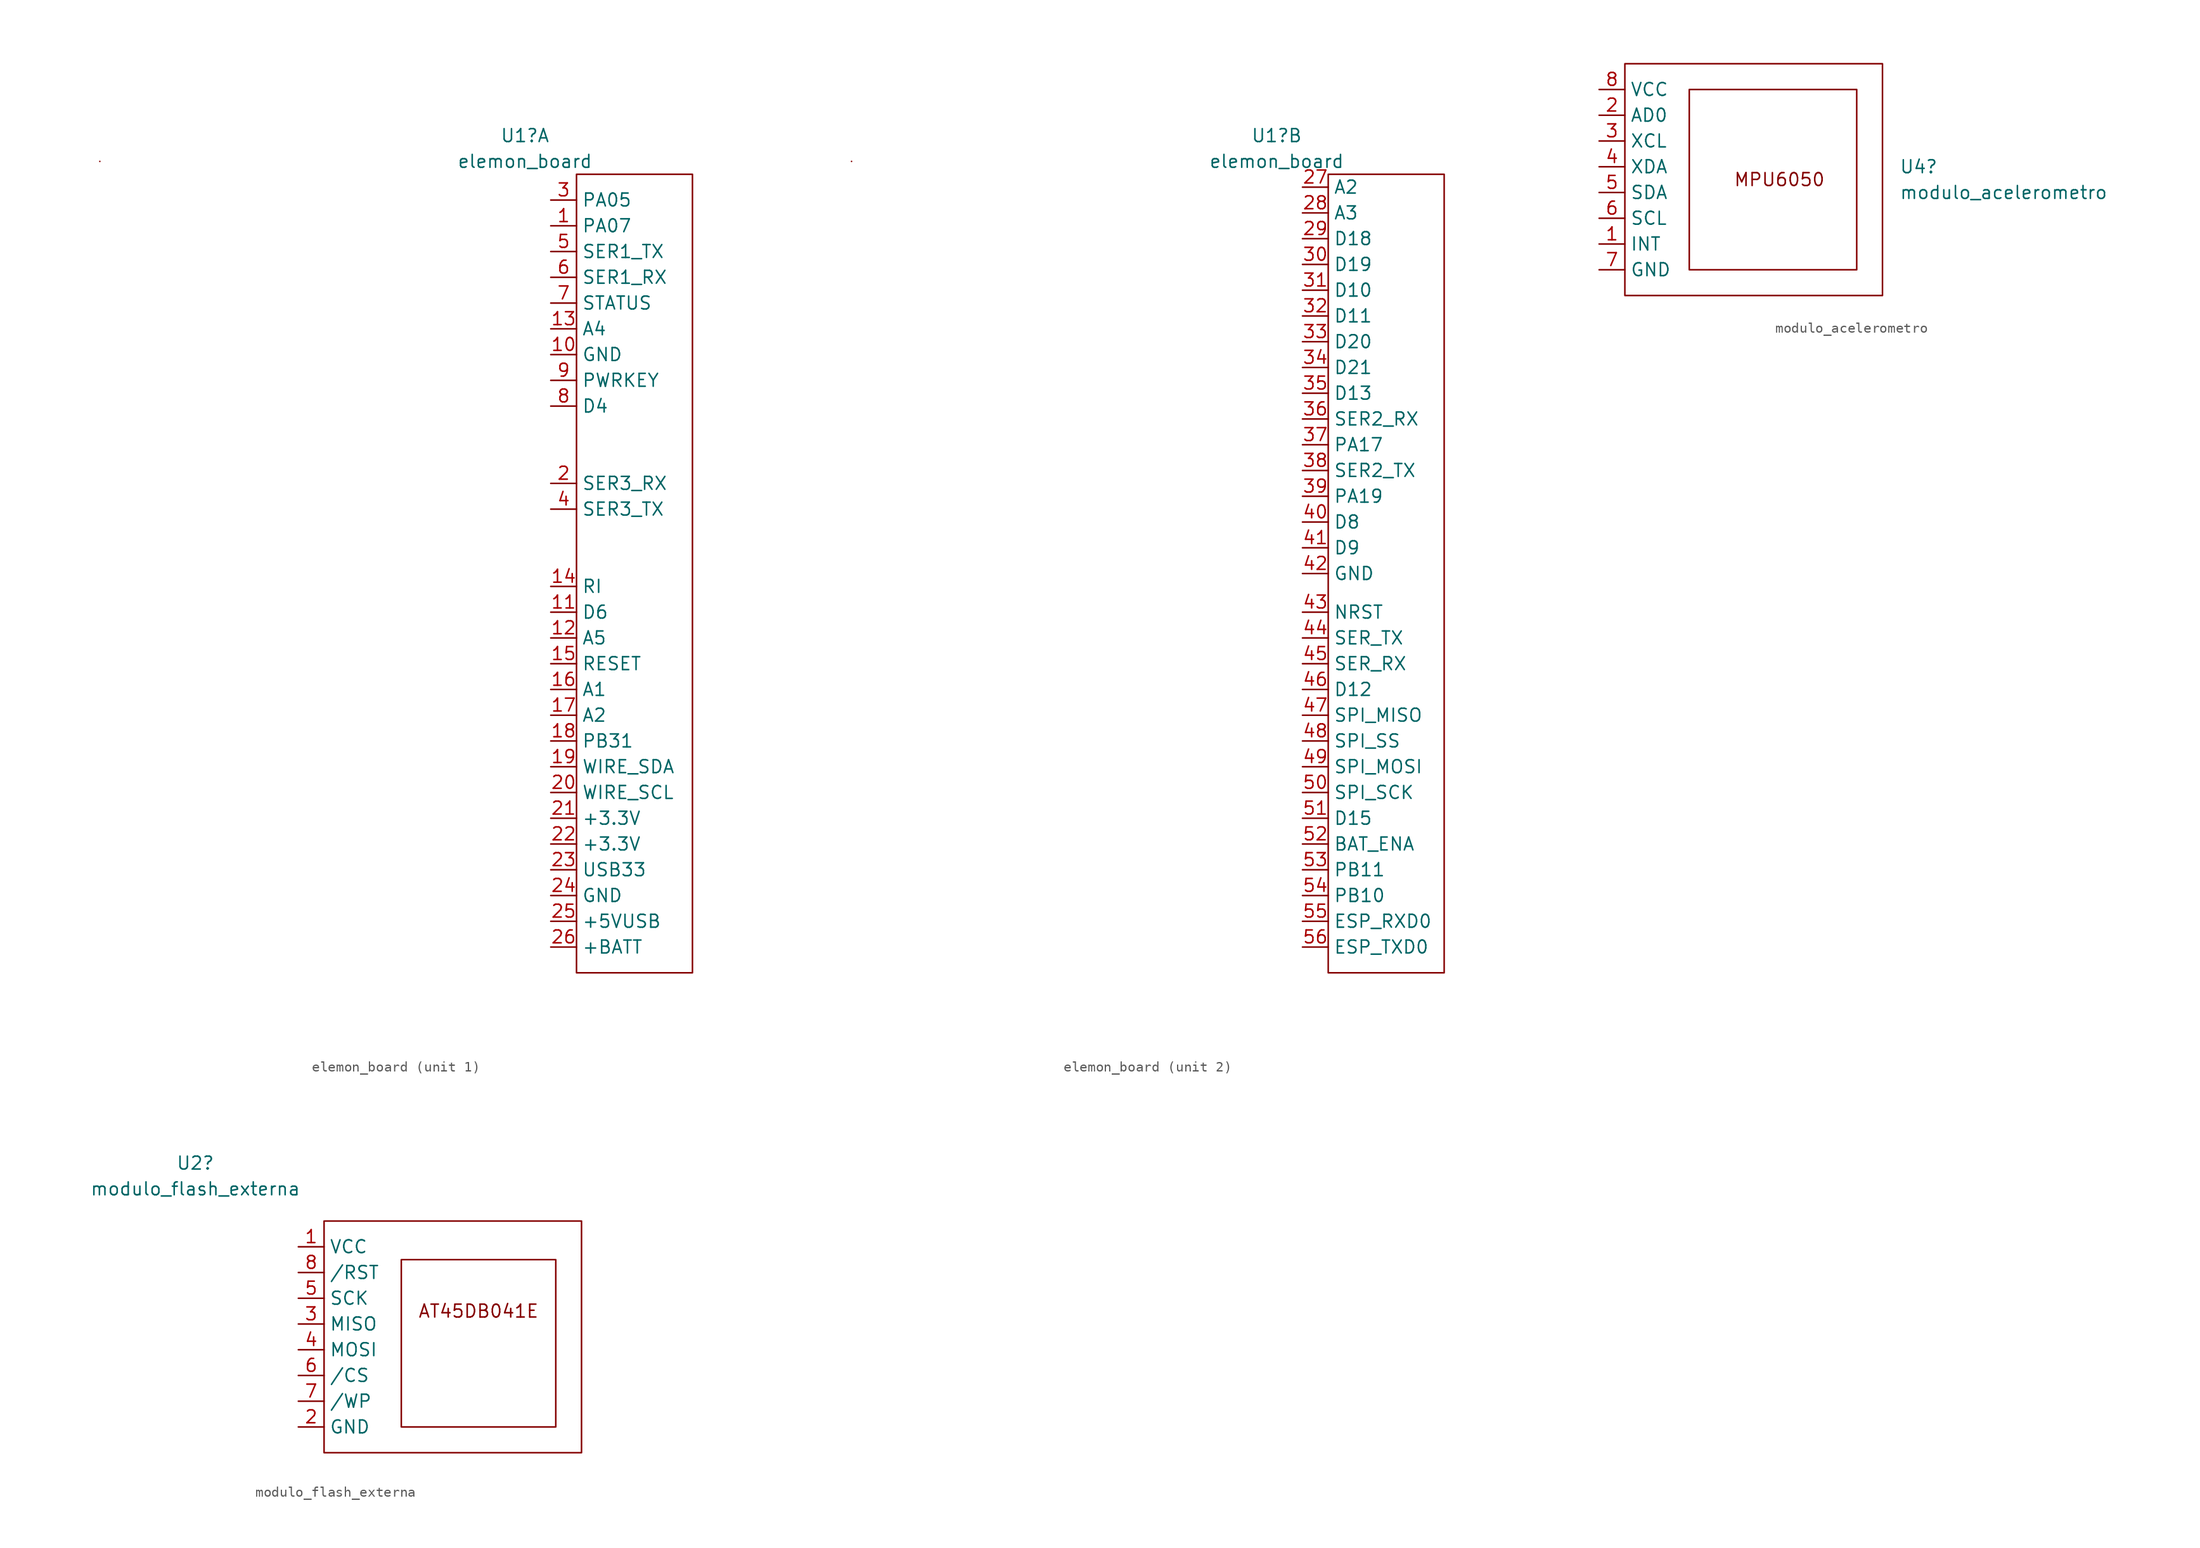
<source format=kicad_sym>
(kicad_symbol_lib
  (version 20211014)
  (generator kicad_symbol_editor)
  (symbol "elemon_board"
    (property "Reference" "U1"
      (at -5.08 2.54 0)
      (effects (font (size 1.27 1.27))))
    (property "Value" "elemon_board"
      (at -5.08 0 0)
      (effects (font (size 1.27 1.27))))
    (property "ki_locked" ""
      (at 0 0 0)
      (effects (font (size 1.27 1.27))))
    (symbol "elemon_board_0_1"
      (rectangle (start -46.99 0) (end -46.99 0) (stroke (width 0) (type default) (color 0 0 0 0)) (fill (type none)))
      (rectangle (start 0 -1.27) (end 11.43 -80.01) (stroke (width 0) (type default) (color 0 0 0 0)) (fill (type none))))
    (symbol "elemon_board_1_1"
      (pin bidirectional line (at -2.54 -6.35 0) (length 2.54) (name "PA07" (effects (font (size 1.27 1.27)))) (number "1" (effects (font (size 1.27 1.27)))))
      (pin power_out line (at -2.54 -19.05 0) (length 2.54) (name "GND" (effects (font (size 1.27 1.27)))) (number "10" (effects (font (size 1.27 1.27)))))
      (pin bidirectional line (at -2.54 -44.45 0) (length 2.54) (name "D6" (effects (font (size 1.27 1.27)))) (number "11" (effects (font (size 1.27 1.27)))))
      (pin bidirectional line (at -2.54 -46.99 0) (length 2.54) (name "A5" (effects (font (size 1.27 1.27)))) (number "12" (effects (font (size 1.27 1.27)))))
      (pin bidirectional line (at -2.54 -16.51 0) (length 2.54) (name "A4" (effects (font (size 1.27 1.27)))) (number "13" (effects (font (size 1.27 1.27)))))
      (pin bidirectional line (at -2.54 -41.91 0) (length 2.54) (name "RI" (effects (font (size 1.27 1.27)))) (number "14" (effects (font (size 1.27 1.27)))))
      (pin input line (at -2.54 -49.53 0) (length 2.54) (name "RESET" (effects (font (size 1.27 1.27)))) (number "15" (effects (font (size 1.27 1.27)))))
      (pin bidirectional line (at -2.54 -52.07 0) (length 2.54) (name "A1" (effects (font (size 1.27 1.27)))) (number "16" (effects (font (size 1.27 1.27)))))
      (pin bidirectional line (at -2.54 -54.61 0) (length 2.54) (name "A2" (effects (font (size 1.27 1.27)))) (number "17" (effects (font (size 1.27 1.27)))))
      (pin bidirectional line (at -2.54 -57.15 0) (length 2.54) (name "PB31" (effects (font (size 1.27 1.27)))) (number "18" (effects (font (size 1.27 1.27)))))
      (pin bidirectional line (at -2.54 -59.69 0) (length 2.54) (name "WIRE_SDA" (effects (font (size 1.27 1.27)))) (number "19" (effects (font (size 1.27 1.27)))))
      (pin bidirectional line (at -2.54 -31.75 0) (length 2.54) (name "SER3_RX" (effects (font (size 1.27 1.27)))) (number "2" (effects (font (size 1.27 1.27)))))
      (pin bidirectional line (at -2.54 -62.23 0) (length 2.54) (name "WIRE_SCL" (effects (font (size 1.27 1.27)))) (number "20" (effects (font (size 1.27 1.27)))))
      (pin power_out line (at -2.54 -64.77 0) (length 2.54) (name "+3.3V" (effects (font (size 1.27 1.27)))) (number "21" (effects (font (size 1.27 1.27)))))
      (pin power_out line (at -2.54 -67.31 0) (length 2.54) (name "+3.3V" (effects (font (size 1.27 1.27)))) (number "22" (effects (font (size 1.27 1.27)))))
      (pin power_out line (at -2.54 -69.85 0) (length 2.54) (name "USB33" (effects (font (size 1.27 1.27)))) (number "23" (effects (font (size 1.27 1.27)))))
      (pin power_out line (at -2.54 -72.39 0) (length 2.54) (name "GND" (effects (font (size 1.27 1.27)))) (number "24" (effects (font (size 1.27 1.27)))))
      (pin power_out line (at -2.54 -74.93 0) (length 2.54) (name "+5VUSB" (effects (font (size 1.27 1.27)))) (number "25" (effects (font (size 1.27 1.27)))))
      (pin power_in line (at -2.54 -77.47 0) (length 2.54) (name "+BATT" (effects (font (size 1.27 1.27)))) (number "26" (effects (font (size 1.27 1.27)))))
      (pin bidirectional line (at -2.54 -3.81 0) (length 2.54) (name "PA05" (effects (font (size 1.27 1.27)))) (number "3" (effects (font (size 1.27 1.27)))))
      (pin bidirectional line (at -2.54 -34.29 0) (length 2.54) (name "SER3_TX" (effects (font (size 1.27 1.27)))) (number "4" (effects (font (size 1.27 1.27)))))
      (pin bidirectional line (at -2.54 -8.89 0) (length 2.54) (name "SER1_TX" (effects (font (size 1.27 1.27)))) (number "5" (effects (font (size 1.27 1.27)))))
      (pin bidirectional line (at -2.54 -11.43 0) (length 2.54) (name "SER1_RX" (effects (font (size 1.27 1.27)))) (number "6" (effects (font (size 1.27 1.27)))))
      (pin bidirectional line (at -2.54 -13.97 0) (length 2.54) (name "STATUS" (effects (font (size 1.27 1.27)))) (number "7" (effects (font (size 1.27 1.27)))))
      (pin bidirectional line (at -2.54 -24.13 0) (length 2.54) (name "D4" (effects (font (size 1.27 1.27)))) (number "8" (effects (font (size 1.27 1.27)))))
      (pin bidirectional line (at -2.54 -21.59 0) (length 2.54) (name "PWRKEY" (effects (font (size 1.27 1.27)))) (number "9" (effects (font (size 1.27 1.27))))))
    (symbol "elemon_board_2_1"
      (pin bidirectional line (at -2.54 -2.54 0) (length 2.54) (name "A2" (effects (font (size 1.27 1.27)))) (number "27" (effects (font (size 1.27 1.27)))))
      (pin bidirectional line (at -2.54 -5.08 0) (length 2.54) (name "A3" (effects (font (size 1.27 1.27)))) (number "28" (effects (font (size 1.27 1.27)))))
      (pin bidirectional line (at -2.54 -7.62 0) (length 2.54) (name "D18" (effects (font (size 1.27 1.27)))) (number "29" (effects (font (size 1.27 1.27)))))
      (pin bidirectional line (at -2.54 -10.16 0) (length 2.54) (name "D19" (effects (font (size 1.27 1.27)))) (number "30" (effects (font (size 1.27 1.27)))))
      (pin bidirectional line (at -2.54 -12.7 0) (length 2.54) (name "D10" (effects (font (size 1.27 1.27)))) (number "31" (effects (font (size 1.27 1.27)))))
      (pin bidirectional line (at -2.54 -15.24 0) (length 2.54) (name "D11" (effects (font (size 1.27 1.27)))) (number "32" (effects (font (size 1.27 1.27)))))
      (pin bidirectional line (at -2.54 -17.78 0) (length 2.54) (name "D20" (effects (font (size 1.27 1.27)))) (number "33" (effects (font (size 1.27 1.27)))))
      (pin bidirectional line (at -2.54 -20.32 0) (length 2.54) (name "D21" (effects (font (size 1.27 1.27)))) (number "34" (effects (font (size 1.27 1.27)))))
      (pin bidirectional line (at -2.54 -22.86 0) (length 2.54) (name "D13" (effects (font (size 1.27 1.27)))) (number "35" (effects (font (size 1.27 1.27)))))
      (pin bidirectional line (at -2.54 -25.4 0) (length 2.54) (name "SER2_RX" (effects (font (size 1.27 1.27)))) (number "36" (effects (font (size 1.27 1.27)))))
      (pin bidirectional line (at -2.54 -27.94 0) (length 2.54) (name "PA17" (effects (font (size 1.27 1.27)))) (number "37" (effects (font (size 1.27 1.27)))))
      (pin bidirectional line (at -2.54 -30.48 0) (length 2.54) (name "SER2_TX" (effects (font (size 1.27 1.27)))) (number "38" (effects (font (size 1.27 1.27)))))
      (pin bidirectional line (at -2.54 -33.02 0) (length 2.54) (name "PA19" (effects (font (size 1.27 1.27)))) (number "39" (effects (font (size 1.27 1.27)))))
      (pin bidirectional line (at -2.54 -35.56 0) (length 2.54) (name "D8" (effects (font (size 1.27 1.27)))) (number "40" (effects (font (size 1.27 1.27)))))
      (pin bidirectional line (at -2.54 -38.1 0) (length 2.54) (name "D9" (effects (font (size 1.27 1.27)))) (number "41" (effects (font (size 1.27 1.27)))))
      (pin power_out line (at -2.54 -40.64 0) (length 2.54) (name "GND" (effects (font (size 1.27 1.27)))) (number "42" (effects (font (size 1.27 1.27)))))
      (pin input line (at -2.54 -44.45 0) (length 2.54) (name "NRST" (effects (font (size 1.27 1.27)))) (number "43" (effects (font (size 1.27 1.27)))))
      (pin bidirectional line (at -2.54 -46.99 0) (length 2.54) (name "SER_TX" (effects (font (size 1.27 1.27)))) (number "44" (effects (font (size 1.27 1.27)))))
      (pin bidirectional line (at -2.54 -49.53 0) (length 2.54) (name "SER_RX" (effects (font (size 1.27 1.27)))) (number "45" (effects (font (size 1.27 1.27)))))
      (pin bidirectional line (at -2.54 -52.07 0) (length 2.54) (name "D12" (effects (font (size 1.27 1.27)))) (number "46" (effects (font (size 1.27 1.27)))))
      (pin bidirectional line (at -2.54 -54.61 0) (length 2.54) (name "SPI_MISO" (effects (font (size 1.27 1.27)))) (number "47" (effects (font (size 1.27 1.27)))))
      (pin bidirectional line (at -2.54 -57.15 0) (length 2.54) (name "SPI_SS" (effects (font (size 1.27 1.27)))) (number "48" (effects (font (size 1.27 1.27)))))
      (pin bidirectional line (at -2.54 -59.69 0) (length 2.54) (name "SPI_MOSI" (effects (font (size 1.27 1.27)))) (number "49" (effects (font (size 1.27 1.27)))))
      (pin bidirectional line (at -2.54 -62.23 0) (length 2.54) (name "SPI_SCK" (effects (font (size 1.27 1.27)))) (number "50" (effects (font (size 1.27 1.27)))))
      (pin bidirectional line (at -2.54 -64.77 0) (length 2.54) (name "D15" (effects (font (size 1.27 1.27)))) (number "51" (effects (font (size 1.27 1.27)))))
      (pin bidirectional line (at -2.54 -67.31 0) (length 2.54) (name "BAT_ENA" (effects (font (size 1.27 1.27)))) (number "52" (effects (font (size 1.27 1.27)))))
      (pin bidirectional line (at -2.54 -69.85 0) (length 2.54) (name "PB11" (effects (font (size 1.27 1.27)))) (number "53" (effects (font (size 1.27 1.27)))))
      (pin bidirectional line (at -2.54 -72.39 0) (length 2.54) (name "PB10" (effects (font (size 1.27 1.27)))) (number "54" (effects (font (size 1.27 1.27)))))
      (pin bidirectional line (at -2.54 -74.93 0) (length 2.54) (name "ESP_RXD0" (effects (font (size 1.27 1.27)))) (number "55" (effects (font (size 1.27 1.27)))))
      (pin bidirectional line (at -2.54 -77.47 0) (length 2.54) (name "ESP_TXD0" (effects (font (size 1.27 1.27)))) (number "56" (effects (font (size 1.27 1.27)))))))
  (symbol "modulo_acelerometro"
    (property "Reference" "U4"
      (at 27.051 -7.62 0)
      (effects (font (size 1.27 1.27)) (justify left)))
    (property "Value" "modulo_acelerometro"
      (at 27.051 -10.16 0)
      (effects (font (size 1.27 1.27)) (justify left)))
    (symbol "modulo_acelerometro_0_0"
      (text "MPU6050" (at 15.24 -8.89 0) (effects (font (size 1.27 1.27)))))
    (symbol "modulo_acelerometro_0_1"
      (rectangle (start 0 2.54) (end 25.4 -20.32) (stroke (width 0) (type default) (color 0 0 0 0)) (fill (type none)))
      (rectangle (start 6.35 0) (end 22.86 -17.78) (stroke (width 0) (type default) (color 0 0 0 0)) (fill (type none))))
    (symbol "modulo_acelerometro_1_1"
      (pin output line (at -2.54 -15.24 0) (length 2.54) (name "INT" (effects (font (size 1.27 1.27)))) (number "1" (effects (font (size 1.27 1.27)))))
      (pin output line (at -2.54 -2.54 0) (length 2.54) (name "AD0" (effects (font (size 1.27 1.27)))) (number "2" (effects (font (size 1.27 1.27)))))
      (pin output line (at -2.54 -5.08 0) (length 2.54) (name "XCL" (effects (font (size 1.27 1.27)))) (number "3" (effects (font (size 1.27 1.27)))))
      (pin output line (at -2.54 -7.62 0) (length 2.54) (name "XDA" (effects (font (size 1.27 1.27)))) (number "4" (effects (font (size 1.27 1.27)))))
      (pin output line (at -2.54 -10.16 0) (length 2.54) (name "SDA" (effects (font (size 1.27 1.27)))) (number "5" (effects (font (size 1.27 1.27)))))
      (pin output line (at -2.54 -12.7 0) (length 2.54) (name "SCL" (effects (font (size 1.27 1.27)))) (number "6" (effects (font (size 1.27 1.27)))))
      (pin power_in line (at -2.54 -17.78 0) (length 2.54) (name "GND" (effects (font (size 1.27 1.27)))) (number "7" (effects (font (size 1.27 1.27)))))
      (pin power_in line (at -2.54 0 0) (length 2.54) (name "VCC" (effects (font (size 1.27 1.27)))) (number "8" (effects (font (size 1.27 1.27)))))))
  (symbol "modulo_flash_externa"
    (property "Reference" "U2"
      (at -12.7 5.715 0)
      (effects (font (size 1.27 1.27))))
    (property "Value" "modulo_flash_externa"
      (at -12.7 3.175 0)
      (effects (font (size 1.27 1.27))))
    (symbol "modulo_flash_externa_0_0"
      (rectangle (start 7.62 -3.81) (end 22.86 -20.32) (stroke (width 0) (type default) (color 0 0 0 0)) (fill (type none)))
      (text "AT45DB041E" (at 15.24 -8.89 0) (effects (font (size 1.27 1.27)))))
    (symbol "modulo_flash_externa_0_1"
      (rectangle (start 0 0) (end 25.4 -22.86) (stroke (width 0) (type default) (color 0 0 0 0)) (fill (type none))))
    (symbol "modulo_flash_externa_1_1"
      (pin power_in line (at -2.54 -2.54 0) (length 2.54) (name "VCC" (effects (font (size 1.27 1.27)))) (number "1" (effects (font (size 1.27 1.27)))))
      (pin power_in line (at -2.54 -20.32 0) (length 2.54) (name "GND" (effects (font (size 1.27 1.27)))) (number "2" (effects (font (size 1.27 1.27)))))
      (pin output line (at -2.54 -10.16 0) (length 2.54) (name "MISO" (effects (font (size 1.27 1.27)))) (number "3" (effects (font (size 1.27 1.27)))))
      (pin input line (at -2.54 -12.7 0) (length 2.54) (name "MOSI" (effects (font (size 1.27 1.27)))) (number "4" (effects (font (size 1.27 1.27)))))
      (pin input line (at -2.54 -7.62 0) (length 2.54) (name "SCK" (effects (font (size 1.27 1.27)))) (number "5" (effects (font (size 1.27 1.27)))))
      (pin input line (at -2.54 -15.24 0) (length 2.54) (name "/CS" (effects (font (size 1.27 1.27)))) (number "6" (effects (font (size 1.27 1.27)))))
      (pin input line (at -2.54 -17.78 0) (length 2.54) (name "/WP" (effects (font (size 1.27 1.27)))) (number "7" (effects (font (size 1.27 1.27)))))
      (pin input line (at -2.54 -5.08 0) (length 2.54) (name "/RST" (effects (font (size 1.27 1.27)))) (number "8" (effects (font (size 1.27 1.27))))))))
</source>
